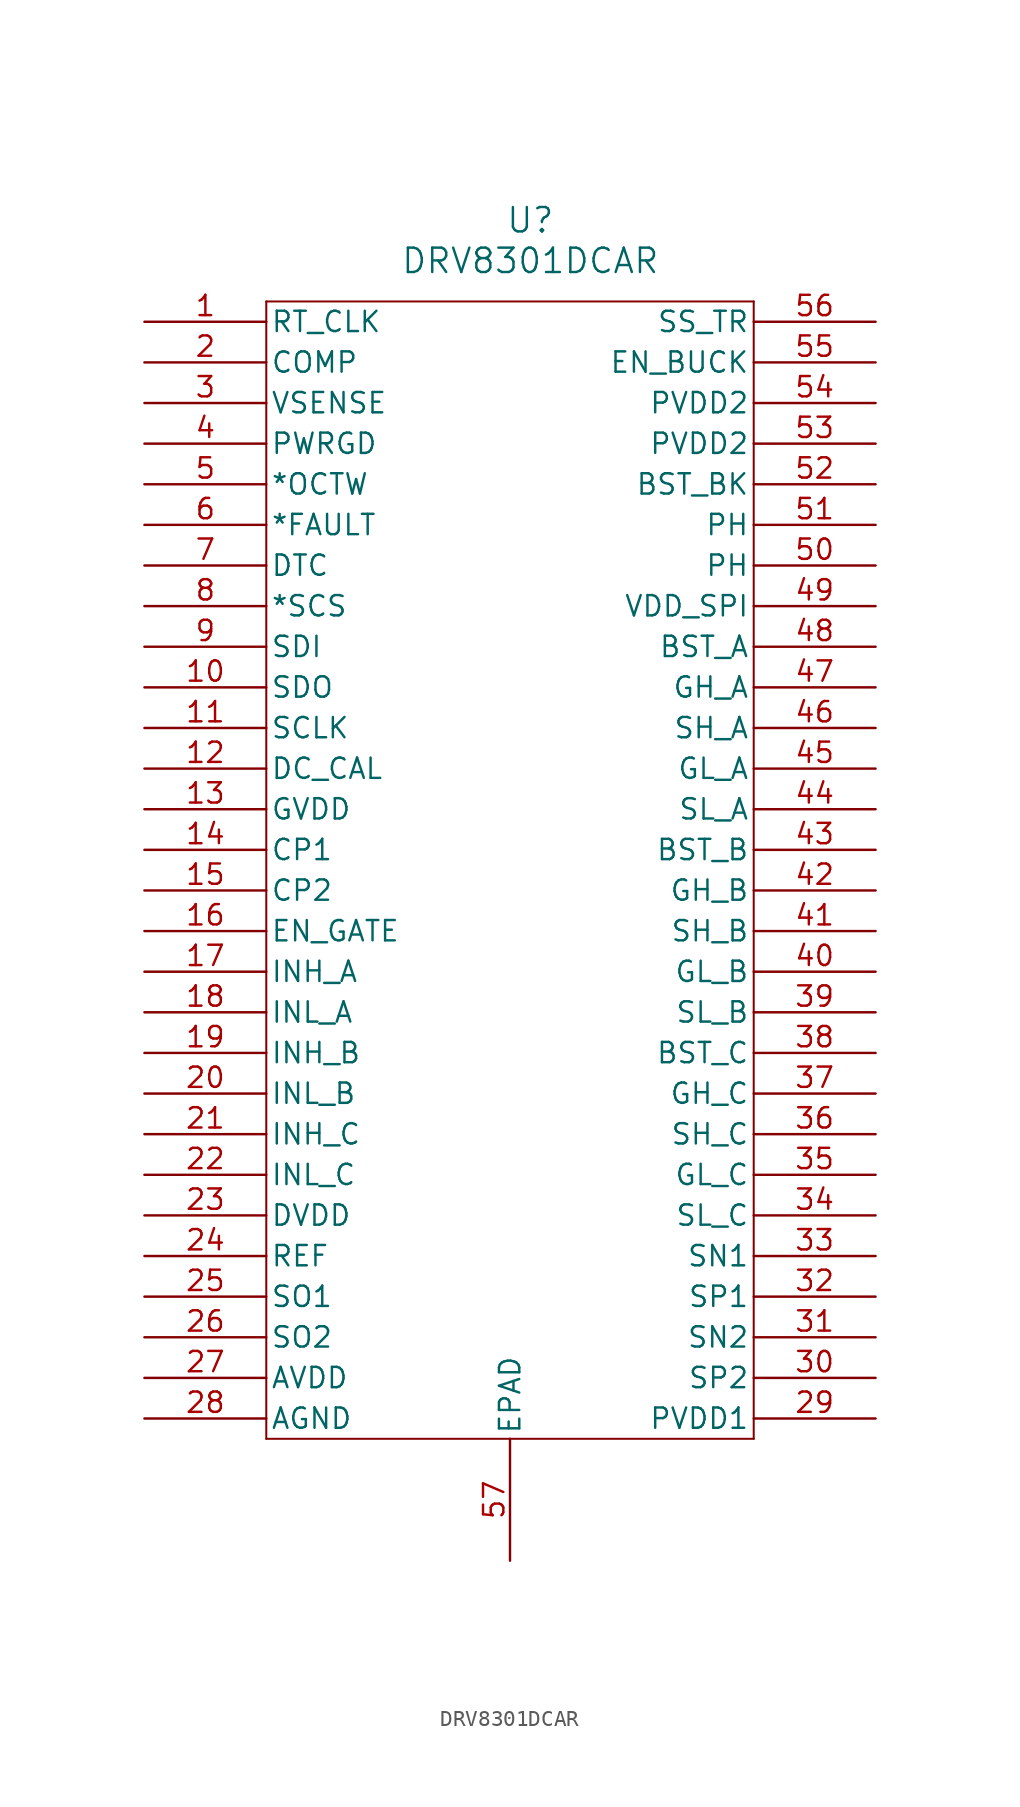
<source format=kicad_sym>
(kicad_symbol_lib
  (version 20220914)
  (generator kicad_symbol_editor)
  (symbol "DRV8301DCAR"
    (pin_names
      (offset 0.254))
    (property "Reference" "U"
      (at 1.27 39.37 0)
      (effects (font (size 1.524 1.524))))
    (property "Value" "DRV8301DCAR"
      (at 1.27 36.83 0)
      (effects (font (size 1.524 1.524))))
    (symbol "DRV8301DCAR_0_1"
      (polyline (pts (xy -15.24 -36.83) (xy 15.24 -36.83)) (stroke (width 0.127) (type default)) (fill (type none)))
      (polyline (pts (xy -15.24 34.29) (xy -15.24 -36.83)) (stroke (width 0.127) (type default)) (fill (type none)))
      (polyline (pts (xy 15.24 -36.83) (xy 15.24 34.29)) (stroke (width 0.127) (type default)) (fill (type none)))
      (polyline (pts (xy 15.24 34.29) (xy -15.24 34.29)) (stroke (width 0.127) (type default)) (fill (type none)))
      (pin input line (at -22.86 33.02 0) (length 7.62) (name "RT_CLK" (effects (font (size 1.27 1.27)))) (number "1" (effects (font (size 1.27 1.27)))))
      (pin output line (at -22.86 10.16 0) (length 7.62) (name "SDO" (effects (font (size 1.27 1.27)))) (number "10" (effects (font (size 1.27 1.27)))))
      (pin input line (at -22.86 7.62 0) (length 7.62) (name "SCLK" (effects (font (size 1.27 1.27)))) (number "11" (effects (font (size 1.27 1.27)))))
      (pin input line (at -22.86 5.08 0) (length 7.62) (name "DC_CAL" (effects (font (size 1.27 1.27)))) (number "12" (effects (font (size 1.27 1.27)))))
      (pin power_in line (at -22.86 2.54 0) (length 7.62) (name "GVDD" (effects (font (size 1.27 1.27)))) (number "13" (effects (font (size 1.27 1.27)))))
      (pin power_in line (at -22.86 0 0) (length 7.62) (name "CP1" (effects (font (size 1.27 1.27)))) (number "14" (effects (font (size 1.27 1.27)))))
      (pin power_in line (at -22.86 -2.54 0) (length 7.62) (name "CP2" (effects (font (size 1.27 1.27)))) (number "15" (effects (font (size 1.27 1.27)))))
      (pin input line (at -22.86 -5.08 0) (length 7.62) (name "EN_GATE" (effects (font (size 1.27 1.27)))) (number "16" (effects (font (size 1.27 1.27)))))
      (pin input line (at -22.86 -7.62 0) (length 7.62) (name "INH_A" (effects (font (size 1.27 1.27)))) (number "17" (effects (font (size 1.27 1.27)))))
      (pin input line (at -22.86 -10.16 0) (length 7.62) (name "INL_A" (effects (font (size 1.27 1.27)))) (number "18" (effects (font (size 1.27 1.27)))))
      (pin input line (at -22.86 -12.7 0) (length 7.62) (name "INH_B" (effects (font (size 1.27 1.27)))) (number "19" (effects (font (size 1.27 1.27)))))
      (pin output line (at -22.86 30.48 0) (length 7.62) (name "COMP" (effects (font (size 1.27 1.27)))) (number "2" (effects (font (size 1.27 1.27)))))
      (pin input line (at -22.86 -15.24 0) (length 7.62) (name "INL_B" (effects (font (size 1.27 1.27)))) (number "20" (effects (font (size 1.27 1.27)))))
      (pin input line (at -22.86 -17.78 0) (length 7.62) (name "INH_C" (effects (font (size 1.27 1.27)))) (number "21" (effects (font (size 1.27 1.27)))))
      (pin input line (at -22.86 -20.32 0) (length 7.62) (name "INL_C" (effects (font (size 1.27 1.27)))) (number "22" (effects (font (size 1.27 1.27)))))
      (pin power_in line (at -22.86 -22.86 0) (length 7.62) (name "DVDD" (effects (font (size 1.27 1.27)))) (number "23" (effects (font (size 1.27 1.27)))))
      (pin input line (at -22.86 -25.4 0) (length 7.62) (name "REF" (effects (font (size 1.27 1.27)))) (number "24" (effects (font (size 1.27 1.27)))))
      (pin output line (at -22.86 -27.94 0) (length 7.62) (name "SO1" (effects (font (size 1.27 1.27)))) (number "25" (effects (font (size 1.27 1.27)))))
      (pin output line (at -22.86 -30.48 0) (length 7.62) (name "SO2" (effects (font (size 1.27 1.27)))) (number "26" (effects (font (size 1.27 1.27)))))
      (pin power_in line (at -22.86 -33.02 0) (length 7.62) (name "AVDD" (effects (font (size 1.27 1.27)))) (number "27" (effects (font (size 1.27 1.27)))))
      (pin power_in line (at -22.86 -35.56 0) (length 7.62) (name "AGND" (effects (font (size 1.27 1.27)))) (number "28" (effects (font (size 1.27 1.27)))))
      (pin power_in line (at 22.86 -35.56 180) (length 7.62) (name "PVDD1" (effects (font (size 1.27 1.27)))) (number "29" (effects (font (size 1.27 1.27)))))
      (pin input line (at -22.86 27.94 0) (length 7.62) (name "VSENSE" (effects (font (size 1.27 1.27)))) (number "3" (effects (font (size 1.27 1.27)))))
      (pin input line (at 22.86 -33.02 180) (length 7.62) (name "SP2" (effects (font (size 1.27 1.27)))) (number "30" (effects (font (size 1.27 1.27)))))
      (pin input line (at 22.86 -30.48 180) (length 7.62) (name "SN2" (effects (font (size 1.27 1.27)))) (number "31" (effects (font (size 1.27 1.27)))))
      (pin input line (at 22.86 -27.94 180) (length 7.62) (name "SP1" (effects (font (size 1.27 1.27)))) (number "32" (effects (font (size 1.27 1.27)))))
      (pin input line (at 22.86 -25.4 180) (length 7.62) (name "SN1" (effects (font (size 1.27 1.27)))) (number "33" (effects (font (size 1.27 1.27)))))
      (pin input line (at 22.86 -22.86 180) (length 7.62) (name "SL_C" (effects (font (size 1.27 1.27)))) (number "34" (effects (font (size 1.27 1.27)))))
      (pin output line (at 22.86 -20.32 180) (length 7.62) (name "GL_C" (effects (font (size 1.27 1.27)))) (number "35" (effects (font (size 1.27 1.27)))))
      (pin input line (at 22.86 -17.78 180) (length 7.62) (name "SH_C" (effects (font (size 1.27 1.27)))) (number "36" (effects (font (size 1.27 1.27)))))
      (pin output line (at 22.86 -15.24 180) (length 7.62) (name "GH_C" (effects (font (size 1.27 1.27)))) (number "37" (effects (font (size 1.27 1.27)))))
      (pin power_in line (at 22.86 -12.7 180) (length 7.62) (name "BST_C" (effects (font (size 1.27 1.27)))) (number "38" (effects (font (size 1.27 1.27)))))
      (pin input line (at 22.86 -10.16 180) (length 7.62) (name "SL_B" (effects (font (size 1.27 1.27)))) (number "39" (effects (font (size 1.27 1.27)))))
      (pin input line (at -22.86 25.4 0) (length 7.62) (name "PWRGD" (effects (font (size 1.27 1.27)))) (number "4" (effects (font (size 1.27 1.27)))))
      (pin output line (at 22.86 -7.62 180) (length 7.62) (name "GL_B" (effects (font (size 1.27 1.27)))) (number "40" (effects (font (size 1.27 1.27)))))
      (pin input line (at 22.86 -5.08 180) (length 7.62) (name "SH_B" (effects (font (size 1.27 1.27)))) (number "41" (effects (font (size 1.27 1.27)))))
      (pin output line (at 22.86 -2.54 180) (length 7.62) (name "GH_B" (effects (font (size 1.27 1.27)))) (number "42" (effects (font (size 1.27 1.27)))))
      (pin power_in line (at 22.86 0 180) (length 7.62) (name "BST_B" (effects (font (size 1.27 1.27)))) (number "43" (effects (font (size 1.27 1.27)))))
      (pin input line (at 22.86 2.54 180) (length 7.62) (name "SL_A" (effects (font (size 1.27 1.27)))) (number "44" (effects (font (size 1.27 1.27)))))
      (pin output line (at 22.86 5.08 180) (length 7.62) (name "GL_A" (effects (font (size 1.27 1.27)))) (number "45" (effects (font (size 1.27 1.27)))))
      (pin input line (at 22.86 7.62 180) (length 7.62) (name "SH_A" (effects (font (size 1.27 1.27)))) (number "46" (effects (font (size 1.27 1.27)))))
      (pin output line (at 22.86 10.16 180) (length 7.62) (name "GH_A" (effects (font (size 1.27 1.27)))) (number "47" (effects (font (size 1.27 1.27)))))
      (pin power_in line (at 22.86 12.7 180) (length 7.62) (name "BST_A" (effects (font (size 1.27 1.27)))) (number "48" (effects (font (size 1.27 1.27)))))
      (pin input line (at 22.86 15.24 180) (length 7.62) (name "VDD_SPI" (effects (font (size 1.27 1.27)))) (number "49" (effects (font (size 1.27 1.27)))))
      (pin output line (at -22.86 22.86 0) (length 7.62) (name "*OCTW" (effects (font (size 1.27 1.27)))) (number "5" (effects (font (size 1.27 1.27)))))
      (pin output line (at 22.86 17.78 180) (length 7.62) (name "PH" (effects (font (size 1.27 1.27)))) (number "50" (effects (font (size 1.27 1.27)))))
      (pin output line (at 22.86 20.32 180) (length 7.62) (name "PH" (effects (font (size 1.27 1.27)))) (number "51" (effects (font (size 1.27 1.27)))))
      (pin power_in line (at 22.86 22.86 180) (length 7.62) (name "BST_BK" (effects (font (size 1.27 1.27)))) (number "52" (effects (font (size 1.27 1.27)))))
      (pin power_in line (at 22.86 25.4 180) (length 7.62) (name "PVDD2" (effects (font (size 1.27 1.27)))) (number "53" (effects (font (size 1.27 1.27)))))
      (pin power_in line (at 22.86 27.94 180) (length 7.62) (name "PVDD2" (effects (font (size 1.27 1.27)))) (number "54" (effects (font (size 1.27 1.27)))))
      (pin input line (at 22.86 30.48 180) (length 7.62) (name "EN_BUCK" (effects (font (size 1.27 1.27)))) (number "55" (effects (font (size 1.27 1.27)))))
      (pin input line (at 22.86 33.02 180) (length 7.62) (name "SS_TR" (effects (font (size 1.27 1.27)))) (number "56" (effects (font (size 1.27 1.27)))))
      (pin output line (at -22.86 20.32 0) (length 7.62) (name "*FAULT" (effects (font (size 1.27 1.27)))) (number "6" (effects (font (size 1.27 1.27)))))
      (pin input line (at -22.86 17.78 0) (length 7.62) (name "DTC" (effects (font (size 1.27 1.27)))) (number "7" (effects (font (size 1.27 1.27)))))
      (pin input line (at -22.86 15.24 0) (length 7.62) (name "*SCS" (effects (font (size 1.27 1.27)))) (number "8" (effects (font (size 1.27 1.27)))))
      (pin input line (at -22.86 12.7 0) (length 7.62) (name "SDI" (effects (font (size 1.27 1.27)))) (number "9" (effects (font (size 1.27 1.27))))))
    (symbol "DRV8301DCAR_1_1"
      (pin power_in line (at 0 -44.45 90) (length 7.62) (name "EPAD" (effects (font (size 1.27 1.27)))) (number "57" (effects (font (size 1.27 1.27))))))))
</source>
